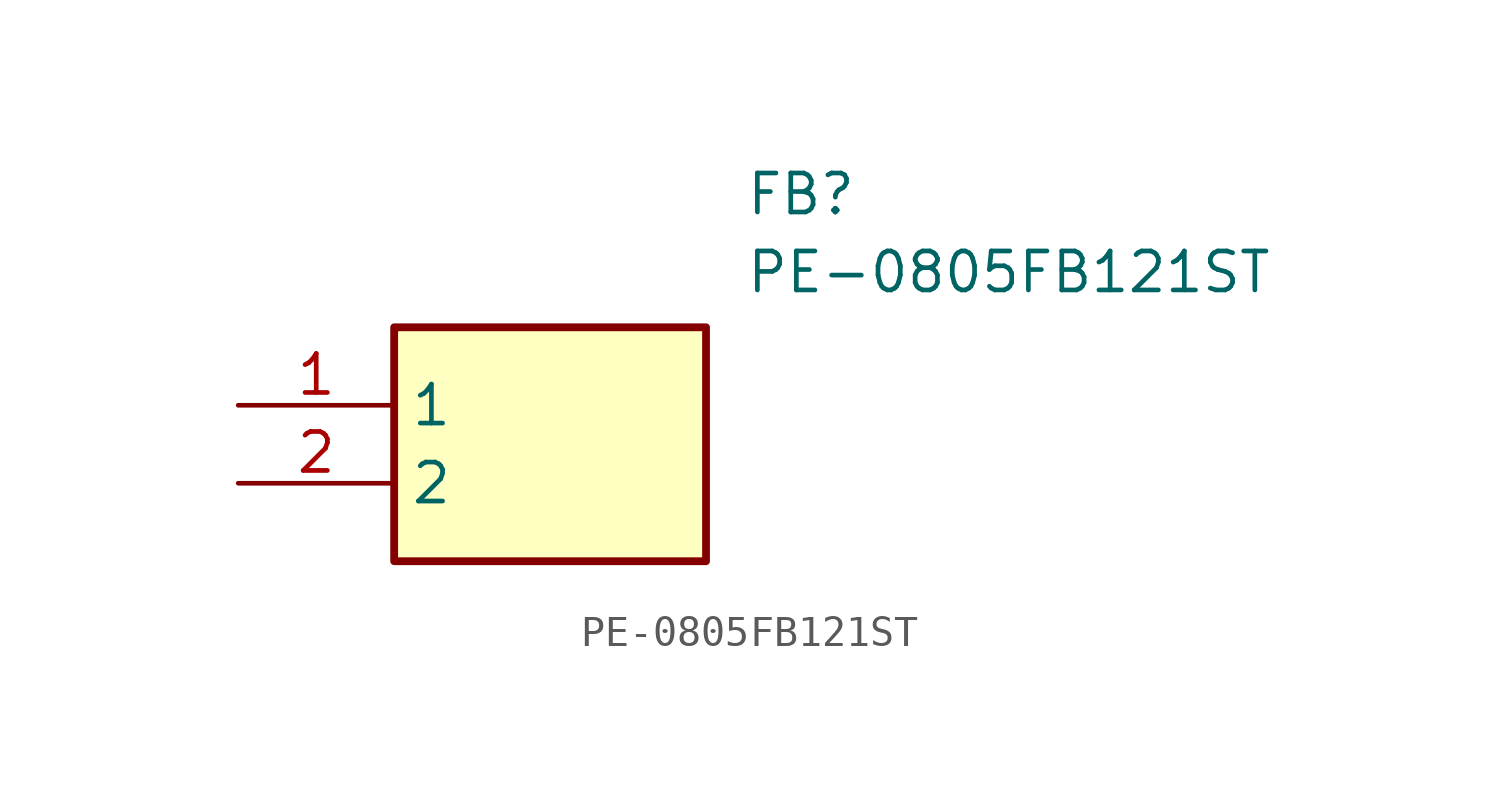
<source format=kicad_sym>
(kicad_symbol_lib
  (version 20211014)
  (generator SamacSys_ECAD_Model)
  (symbol "PE-0805FB121ST"
    (property "Reference" "FB"
      (at 16.51 7.62 0)
      (effects (font (size 1.27 1.27)) (justify left top)))
    (property "Value" "PE-0805FB121ST"
      (at 16.51 5.08 0)
      (effects (font (size 1.27 1.27)) (justify left top)))
    (rectangle
      (start 5.08 2.54)
      (end 15.24 -5.08)
      (stroke (width 0.254) (type default))
      (fill (type background)))
    (pin passive line
      (at 0 0 0)
      (length 5.08)
      (name "1" (effects (font (size 1.27 1.27))))
      (number "1" (effects (font (size 1.27 1.27)))))
    (pin passive line
      (at 0 -2.54 0)
      (length 5.08)
      (name "2" (effects (font (size 1.27 1.27))))
      (number "2" (effects (font (size 1.27 1.27)))))))
</source>
